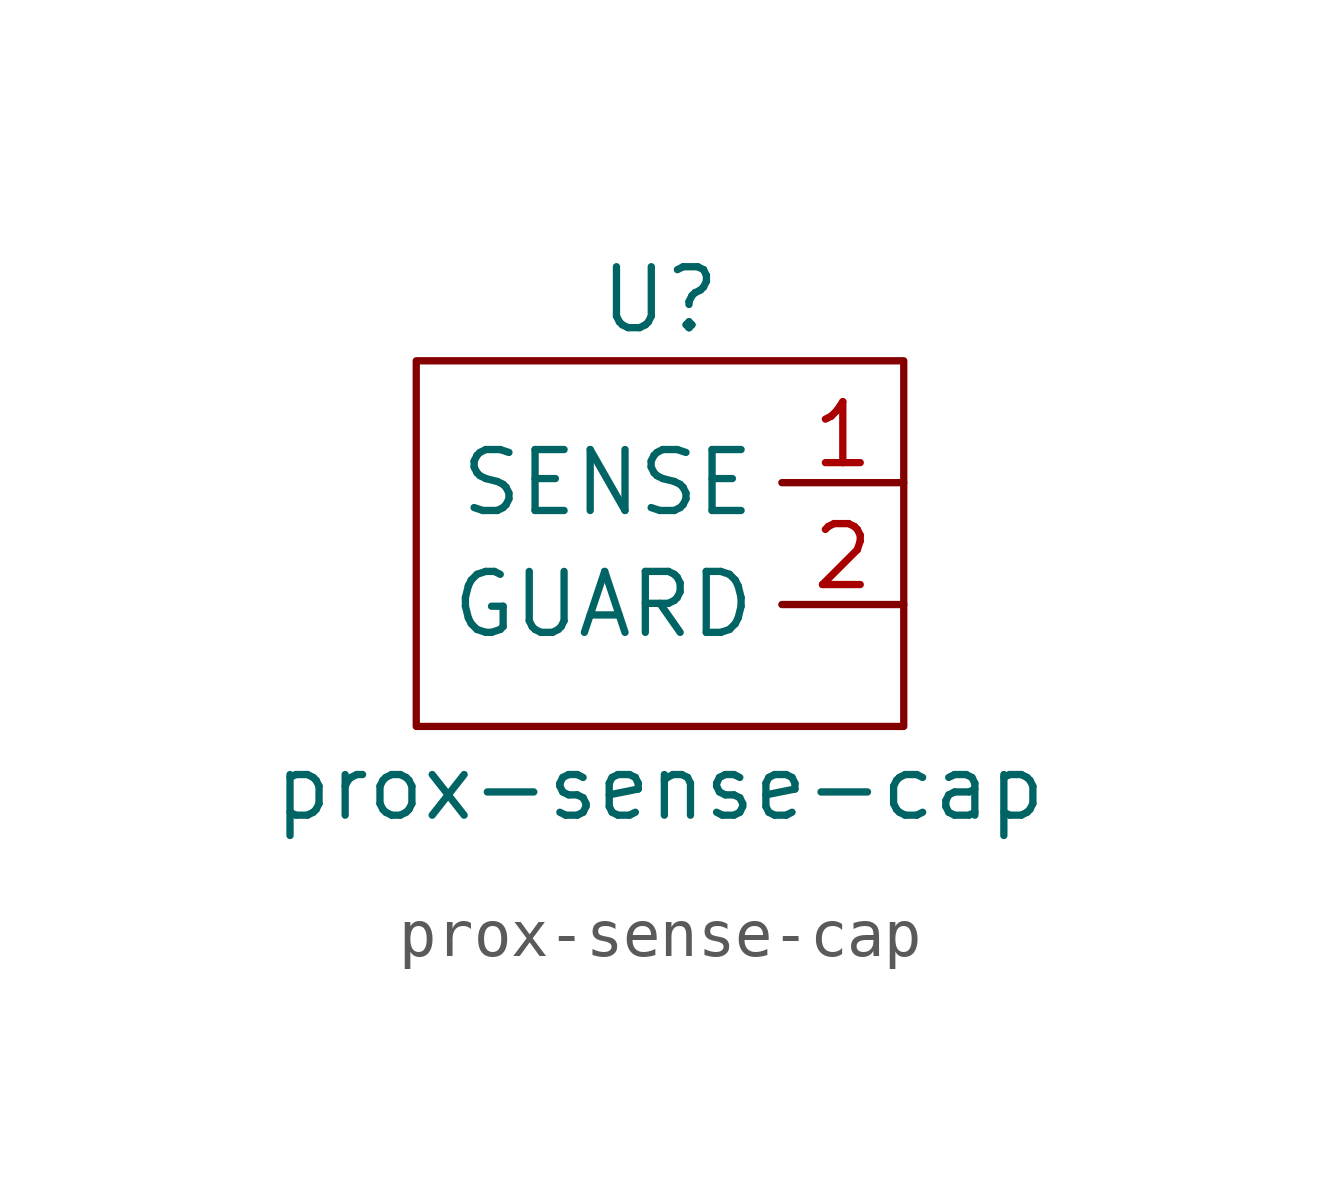
<source format=kicad_sym>
(kicad_symbol_lib
  (version 20211014)
  (generator kicad_symbol_editor)
  (symbol "prox-sense-cap"
    (property "Reference" "U"
      (at 0 1.27 0)
      (effects (font (size 1.27 1.27))))
    (property "Value" "prox-sense-cap"
      (at 0 -8.89 0)
      (effects (font (size 1.27 1.27))))
    (symbol "prox-sense-cap_0_1"
      (rectangle (start 5.08 0) (end -5.08 -7.62) (stroke (width 0.152) (type default) (color 0 0 0 0)) (fill (type none))))
    (symbol "prox-sense-cap_1_1"
      (pin output line (at 5.08 -2.54 180) (length 2.54) (name "SENSE" (effects (font (size 1.27 1.27)))) (number "1" (effects (font (size 1.27 1.27)))))
      (pin input line (at 5.08 -5.08 180) (length 2.54) (name "GUARD" (effects (font (size 1.27 1.27)))) (number "2" (effects (font (size 1.27 1.27))))))))
</source>
